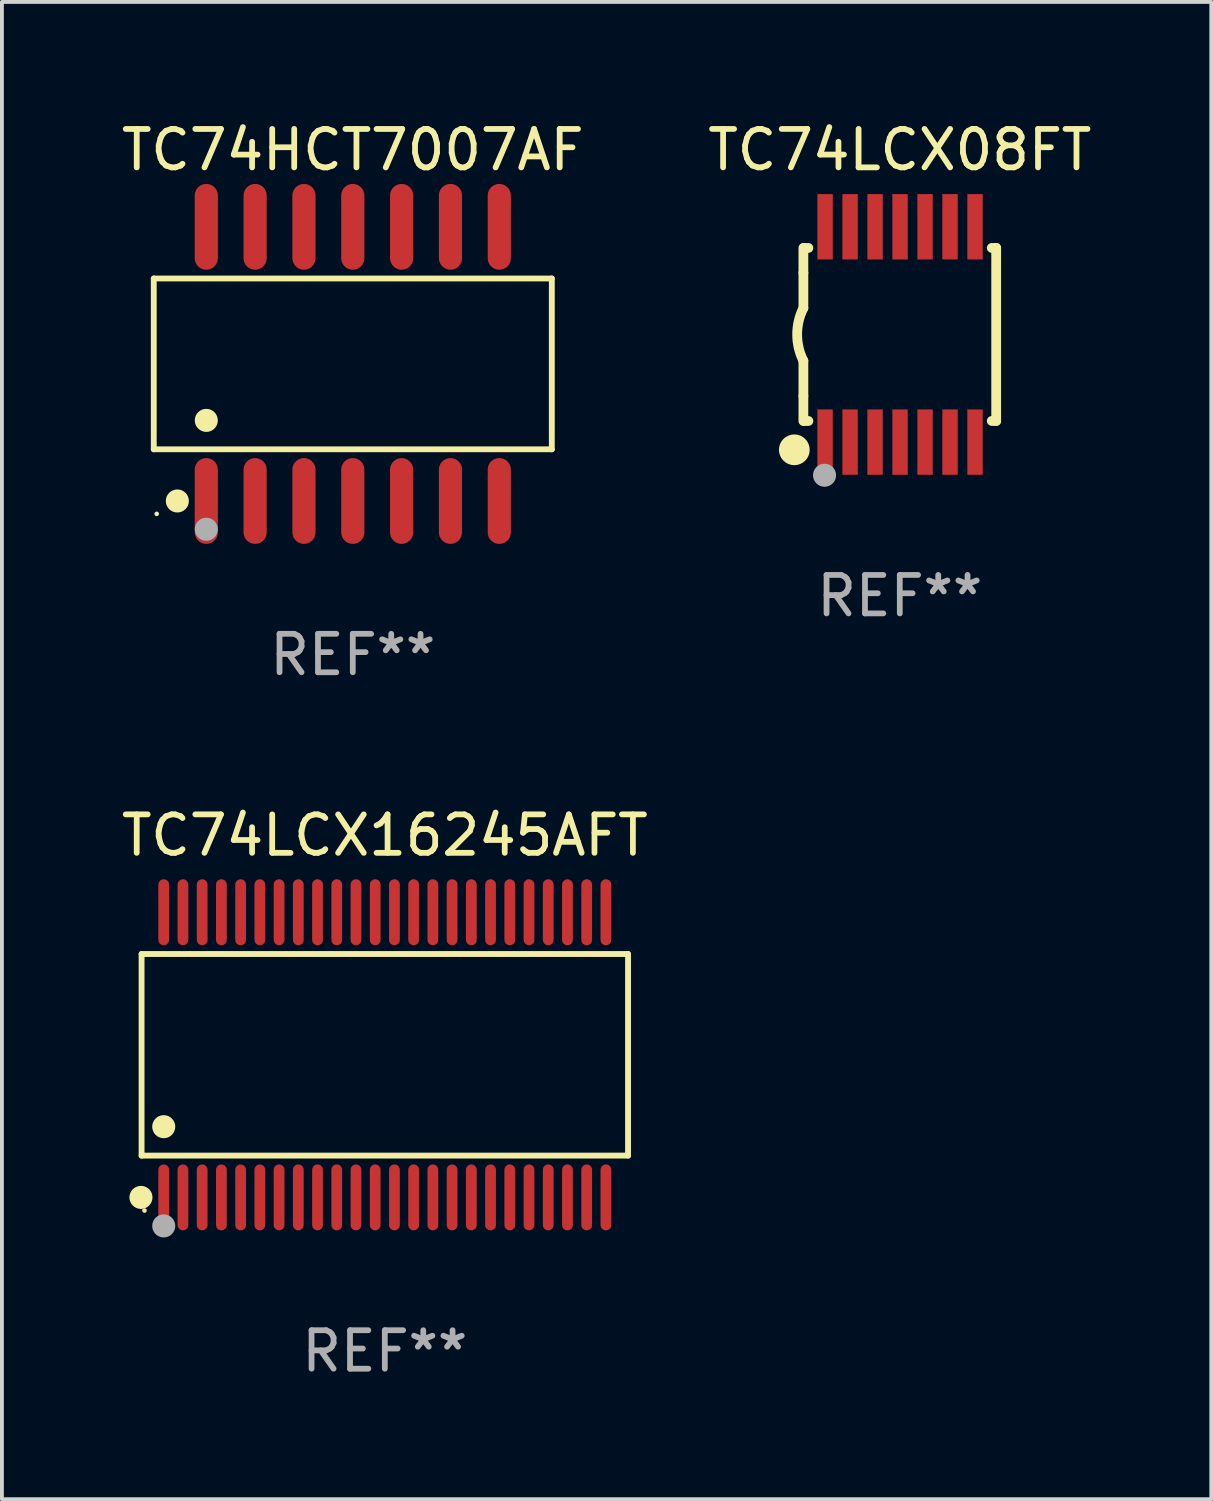
<source format=kicad_pcb>
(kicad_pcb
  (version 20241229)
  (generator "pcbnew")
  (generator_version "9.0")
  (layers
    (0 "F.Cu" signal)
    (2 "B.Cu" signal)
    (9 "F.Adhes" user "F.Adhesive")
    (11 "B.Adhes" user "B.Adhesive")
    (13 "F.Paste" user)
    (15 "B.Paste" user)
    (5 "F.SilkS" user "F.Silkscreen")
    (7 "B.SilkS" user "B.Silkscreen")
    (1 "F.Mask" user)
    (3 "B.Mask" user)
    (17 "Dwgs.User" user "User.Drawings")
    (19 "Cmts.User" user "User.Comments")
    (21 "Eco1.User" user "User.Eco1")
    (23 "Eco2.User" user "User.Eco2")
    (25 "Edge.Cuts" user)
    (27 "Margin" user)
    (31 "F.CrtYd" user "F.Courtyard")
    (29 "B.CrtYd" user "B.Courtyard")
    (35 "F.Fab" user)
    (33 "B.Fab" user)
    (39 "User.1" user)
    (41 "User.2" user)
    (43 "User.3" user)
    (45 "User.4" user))
  (footprint "TC74LCX16245AFT"
    (layer "F.Cu")
    (at 6.958 24.383)
    (property "Reference" "TC74LCX16245AFT" (at 0 -5.708 0) (layer "F.SilkS") (effects (font (size 1 1) (thickness 0.15))))
    (attr through_hole)
    (fp_line (start -6.326 -2.622) (end 6.326 -2.622) (stroke (width 0.152) (type solid)) (layer "F.SilkS"))
    (fp_line (start -6.326 2.621) (end -6.326 -2.622) (stroke (width 0.152) (type solid)) (layer "F.SilkS"))
    (fp_line (start 6.326 -2.622) (end 6.326 2.621) (stroke (width 0.152) (type solid)) (layer "F.SilkS"))
    (fp_line (start 6.326 2.621) (end -6.326 2.621) (stroke (width 0.152) (type solid)) (layer "F.SilkS"))
    (fp_circle (center -6.342 3.708) (end -6.192 3.708) (stroke (width 0.3) (type solid)) (fill no) (layer "F.SilkS"))
    (fp_circle (center -6.25 4.05) (end -6.22 4.05) (stroke (width 0.06) (type solid)) (fill no) (layer "F.SilkS"))
    (fp_circle (center -5.75 1.869) (end -5.6 1.869) (stroke (width 0.3) (type solid)) (fill no) (layer "F.SilkS"))
    (fp_circle (center -5.75 4.45) (end -5.6 4.45) (stroke (width 0.3) (type solid)) (fill no) (layer "F.Fab"))
    (fp_text user "REF**" (at 0 7.708 0) (layer "F.Fab") (effects (font (size 1 1) (thickness 0.15))))
    (pad "1" smd oval (at -5.75 3.708) (size 0.28 1.715) (layers "F.Cu" "F.Mask" "F.Paste"))
    (pad "2" smd oval (at -5.25 3.708) (size 0.28 1.715) (layers "F.Cu" "F.Mask" "F.Paste"))
    (pad "3" smd oval (at -4.75 3.708) (size 0.28 1.715) (layers "F.Cu" "F.Mask" "F.Paste"))
    (pad "4" smd oval (at -4.25 3.708) (size 0.28 1.715) (layers "F.Cu" "F.Mask" "F.Paste"))
    (pad "5" smd oval (at -3.75 3.708) (size 0.28 1.715) (layers "F.Cu" "F.Mask" "F.Paste"))
    (pad "6" smd oval (at -3.25 3.708) (size 0.28 1.715) (layers "F.Cu" "F.Mask" "F.Paste"))
    (pad "7" smd oval (at -2.75 3.708) (size 0.28 1.715) (layers "F.Cu" "F.Mask" "F.Paste"))
    (pad "8" smd oval (at -2.25 3.708) (size 0.28 1.715) (layers "F.Cu" "F.Mask" "F.Paste"))
    (pad "9" smd oval (at -1.75 3.708) (size 0.28 1.715) (layers "F.Cu" "F.Mask" "F.Paste"))
    (pad "10" smd oval (at -1.25 3.708) (size 0.28 1.715) (layers "F.Cu" "F.Mask" "F.Paste"))
    (pad "11" smd oval (at -0.75 3.708) (size 0.28 1.715) (layers "F.Cu" "F.Mask" "F.Paste"))
    (pad "12" smd oval (at -0.25 3.708) (size 0.28 1.715) (layers "F.Cu" "F.Mask" "F.Paste"))
    (pad "13" smd oval (at 0.25 3.708) (size 0.28 1.715) (layers "F.Cu" "F.Mask" "F.Paste"))
    (pad "14" smd oval (at 0.75 3.708) (size 0.28 1.715) (layers "F.Cu" "F.Mask" "F.Paste"))
    (pad "15" smd oval (at 1.25 3.708) (size 0.28 1.715) (layers "F.Cu" "F.Mask" "F.Paste"))
    (pad "16" smd oval (at 1.75 3.708) (size 0.28 1.715) (layers "F.Cu" "F.Mask" "F.Paste"))
    (pad "17" smd oval (at 2.25 3.708) (size 0.28 1.715) (layers "F.Cu" "F.Mask" "F.Paste"))
    (pad "18" smd oval (at 2.75 3.708) (size 0.28 1.715) (layers "F.Cu" "F.Mask" "F.Paste"))
    (pad "19" smd oval (at 3.25 3.708) (size 0.28 1.715) (layers "F.Cu" "F.Mask" "F.Paste"))
    (pad "20" smd oval (at 3.75 3.708) (size 0.28 1.715) (layers "F.Cu" "F.Mask" "F.Paste"))
    (pad "21" smd oval (at 4.25 3.708) (size 0.28 1.715) (layers "F.Cu" "F.Mask" "F.Paste"))
    (pad "22" smd oval (at 4.75 3.708) (size 0.28 1.715) (layers "F.Cu" "F.Mask" "F.Paste"))
    (pad "23" smd oval (at 5.25 3.708) (size 0.28 1.715) (layers "F.Cu" "F.Mask" "F.Paste"))
    (pad "24" smd oval (at 5.75 3.708) (size 0.28 1.715) (layers "F.Cu" "F.Mask" "F.Paste"))
    (pad "25" smd oval (at 5.75 -3.708) (size 0.28 1.715) (layers "F.Cu" "F.Mask" "F.Paste"))
    (pad "26" smd oval (at 5.25 -3.708) (size 0.28 1.715) (layers "F.Cu" "F.Mask" "F.Paste"))
    (pad "27" smd oval (at 4.75 -3.708) (size 0.28 1.715) (layers "F.Cu" "F.Mask" "F.Paste"))
    (pad "28" smd oval (at 4.25 -3.708) (size 0.28 1.715) (layers "F.Cu" "F.Mask" "F.Paste"))
    (pad "29" smd oval (at 3.75 -3.708) (size 0.28 1.715) (layers "F.Cu" "F.Mask" "F.Paste"))
    (pad "30" smd oval (at 3.25 -3.708) (size 0.28 1.715) (layers "F.Cu" "F.Mask" "F.Paste"))
    (pad "31" smd oval (at 2.75 -3.708) (size 0.28 1.715) (layers "F.Cu" "F.Mask" "F.Paste"))
    (pad "32" smd oval (at 2.25 -3.708) (size 0.28 1.715) (layers "F.Cu" "F.Mask" "F.Paste"))
    (pad "33" smd oval (at 1.75 -3.708) (size 0.28 1.715) (layers "F.Cu" "F.Mask" "F.Paste"))
    (pad "34" smd oval (at 1.25 -3.708) (size 0.28 1.715) (layers "F.Cu" "F.Mask" "F.Paste"))
    (pad "35" smd oval (at 0.75 -3.708) (size 0.28 1.715) (layers "F.Cu" "F.Mask" "F.Paste"))
    (pad "36" smd oval (at 0.25 -3.708) (size 0.28 1.715) (layers "F.Cu" "F.Mask" "F.Paste"))
    (pad "37" smd oval (at -0.25 -3.708) (size 0.28 1.715) (layers "F.Cu" "F.Mask" "F.Paste"))
    (pad "38" smd oval (at -0.75 -3.708) (size 0.28 1.715) (layers "F.Cu" "F.Mask" "F.Paste"))
    (pad "39" smd oval (at -1.25 -3.708) (size 0.28 1.715) (layers "F.Cu" "F.Mask" "F.Paste"))
    (pad "40" smd oval (at -1.75 -3.708) (size 0.28 1.715) (layers "F.Cu" "F.Mask" "F.Paste"))
    (pad "41" smd oval (at -2.25 -3.708) (size 0.28 1.715) (layers "F.Cu" "F.Mask" "F.Paste"))
    (pad "42" smd oval (at -2.75 -3.708) (size 0.28 1.715) (layers "F.Cu" "F.Mask" "F.Paste"))
    (pad "43" smd oval (at -3.25 -3.708) (size 0.28 1.715) (layers "F.Cu" "F.Mask" "F.Paste"))
    (pad "44" smd oval (at -3.75 -3.708) (size 0.28 1.715) (layers "F.Cu" "F.Mask" "F.Paste"))
    (pad "45" smd oval (at -4.25 -3.708) (size 0.28 1.715) (layers "F.Cu" "F.Mask" "F.Paste"))
    (pad "46" smd oval (at -4.75 -3.708) (size 0.28 1.715) (layers "F.Cu" "F.Mask" "F.Paste"))
    (pad "47" smd oval (at -5.25 -3.708) (size 0.28 1.715) (layers "F.Cu" "F.Mask" "F.Paste"))
    (pad "48" smd oval (at -5.75 -3.708) (size 0.28 1.715) (layers "F.Cu" "F.Mask" "F.Paste")))
  (footprint "TC74HCT7007AF"
    (layer "F.Cu")
    (at 6.125 6.414)
    (property "Reference" "TC74HCT7007AF" (at 0 -5.565 0) (layer "F.SilkS") (effects (font (size 1 1) (thickness 0.15))))
    (attr through_hole)
    (fp_line (start -5.176 -2.221) (end 5.176 -2.221) (stroke (width 0.152) (type solid)) (layer "F.SilkS"))
    (fp_line (start -5.176 2.221) (end -5.176 -2.221) (stroke (width 0.152) (type solid)) (layer "F.SilkS"))
    (fp_line (start 5.176 -2.221) (end 5.176 2.221) (stroke (width 0.152) (type solid)) (layer "F.SilkS"))
    (fp_line (start 5.176 2.221) (end -5.176 2.221) (stroke (width 0.152) (type solid)) (layer "F.SilkS"))
    (fp_circle (center -5.1 3.9) (end -5.07 3.9) (stroke (width 0.06) (type solid)) (fill no) (layer "F.SilkS"))
    (fp_circle (center -4.563 3.565) (end -4.413 3.565) (stroke (width 0.3) (type solid)) (fill no) (layer "F.SilkS"))
    (fp_circle (center -3.81 1.469) (end -3.66 1.469) (stroke (width 0.3) (type solid)) (fill no) (layer "F.SilkS"))
    (fp_circle (center -3.81 4.3) (end -3.66 4.3) (stroke (width 0.3) (type solid)) (fill no) (layer "F.Fab"))
    (fp_text user "REF**" (at 0 7.565 0) (layer "F.Fab") (effects (font (size 1 1) (thickness 0.15))))
    (pad "1" smd oval (at -3.81 3.565) (size 0.602 2.231) (layers "F.Cu" "F.Mask" "F.Paste"))
    (pad "2" smd oval (at -2.54 3.565) (size 0.602 2.231) (layers "F.Cu" "F.Mask" "F.Paste"))
    (pad "3" smd oval (at -1.27 3.565) (size 0.602 2.231) (layers "F.Cu" "F.Mask" "F.Paste"))
    (pad "4" smd oval (at 0 3.565) (size 0.602 2.231) (layers "F.Cu" "F.Mask" "F.Paste"))
    (pad "5" smd oval (at 1.27 3.565) (size 0.602 2.231) (layers "F.Cu" "F.Mask" "F.Paste"))
    (pad "6" smd oval (at 2.54 3.565) (size 0.602 2.231) (layers "F.Cu" "F.Mask" "F.Paste"))
    (pad "7" smd oval (at 3.81 3.565) (size 0.602 2.231) (layers "F.Cu" "F.Mask" "F.Paste"))
    (pad "8" smd oval (at 3.81 -3.565) (size 0.602 2.231) (layers "F.Cu" "F.Mask" "F.Paste"))
    (pad "9" smd oval (at 2.54 -3.565) (size 0.602 2.231) (layers "F.Cu" "F.Mask" "F.Paste"))
    (pad "10" smd oval (at 1.27 -3.565) (size 0.602 2.231) (layers "F.Cu" "F.Mask" "F.Paste"))
    (pad "11" smd oval (at 0 -3.565) (size 0.602 2.231) (layers "F.Cu" "F.Mask" "F.Paste"))
    (pad "12" smd oval (at -1.27 -3.565) (size 0.602 2.231) (layers "F.Cu" "F.Mask" "F.Paste"))
    (pad "13" smd oval (at -2.54 -3.565) (size 0.602 2.231) (layers "F.Cu" "F.Mask" "F.Paste"))
    (pad "14" smd oval (at -3.81 -3.565) (size 0.602 2.231) (layers "F.Cu" "F.Mask" "F.Paste")))
  (footprint "TC74LCX08FT"
    (layer "F.Cu")
    (at 20.351 5.648)
    (property "Reference" "TC74LCX08FT" (at 0 -4.8 0) (layer "F.SilkS") (effects (font (size 1 1) (thickness 0.15))))
    (attr through_hole)
    (fp_line (start -2.507 -1.6) (end -2.507 -2.25) (stroke (width 0.254) (type solid)) (layer "F.SilkS"))
    (fp_line (start -2.507 -0.686) (end -2.507 -1.6) (stroke (width 0.254) (type solid)) (layer "F.SilkS"))
    (fp_line (start -2.507 1.6) (end -2.507 0.686) (stroke (width 0.254) (type solid)) (layer "F.SilkS"))
    (fp_line (start -2.507 1.6) (end -2.507 2.25) (stroke (width 0.254) (type solid)) (layer "F.SilkS"))
    (fp_line (start -2.493 -2.25) (end -2.377 -2.25) (stroke (width 0.254) (type solid)) (layer "F.SilkS"))
    (fp_line (start -2.377 2.25) (end -2.493 2.25) (stroke (width 0.254) (type solid)) (layer "F.SilkS"))
    (fp_line (start 2.392 -2.25) (end 2.507 -2.25) (stroke (width 0.254) (type solid)) (layer "F.SilkS"))
    (fp_line (start 2.507 -2.25) (end 2.507 2.25) (stroke (width 0.254) (type solid)) (layer "F.SilkS"))
    (fp_line (start 2.507 2.25) (end 2.392 2.25) (stroke (width 0.254) (type solid)) (layer "F.SilkS"))
    (fp_arc (start -2.507303 0.685802) (mid -2.669199 0) (end -2.507303 -0.685801) (stroke (width 0.254001) (type solid)) (layer "F.SilkS"))
    (fp_circle (center -2.743 3) (end -2.543 3) (stroke (width 0.4) (type solid)) (fill no) (layer "F.SilkS"))
    (fp_circle (center -2.493 3.2) (end -2.463 3.2) (stroke (width 0.06) (type solid)) (fill no) (layer "F.SilkS"))
    (fp_circle (center -1.957 3.662) (end -1.807 3.662) (stroke (width 0.3) (type solid)) (fill no) (layer "F.Fab"))
    (fp_text user "REF**" (at 0 6.8 0) (layer "F.Fab") (effects (font (size 1 1) (thickness 0.15))))
    (pad "1" smd rect (at -1.943 2.8) (size 0.4 1.7) (layers "F.Cu" "F.Mask" "F.Paste"))
    (pad "2" smd rect (at -1.293 2.8) (size 0.4 1.7) (layers "F.Cu" "F.Mask" "F.Paste"))
    (pad "3" smd rect (at -0.643 2.8) (size 0.4 1.7) (layers "F.Cu" "F.Mask" "F.Paste"))
    (pad "4" smd rect (at 0.007 2.8) (size 0.4 1.7) (layers "F.Cu" "F.Mask" "F.Paste"))
    (pad "5" smd rect (at 0.657 2.8) (size 0.4 1.7) (layers "F.Cu" "F.Mask" "F.Paste"))
    (pad "6" smd rect (at 1.307 2.8) (size 0.4 1.7) (layers "F.Cu" "F.Mask" "F.Paste"))
    (pad "7" smd rect (at 1.957 2.8) (size 0.4 1.7) (layers "F.Cu" "F.Mask" "F.Paste"))
    (pad "8" smd rect (at 1.957 -2.8) (size 0.4 1.7) (layers "F.Cu" "F.Mask" "F.Paste"))
    (pad "9" smd rect (at 1.307 -2.8) (size 0.4 1.7) (layers "F.Cu" "F.Mask" "F.Paste"))
    (pad "10" smd rect (at 0.657 -2.8) (size 0.4 1.7) (layers "F.Cu" "F.Mask" "F.Paste"))
    (pad "11" smd rect (at 0.007 -2.8) (size 0.4 1.7) (layers "F.Cu" "F.Mask" "F.Paste"))
    (pad "12" smd rect (at -0.643 -2.8) (size 0.4 1.7) (layers "F.Cu" "F.Mask" "F.Paste"))
    (pad "13" smd rect (at -1.293 -2.8) (size 0.4 1.7) (layers "F.Cu" "F.Mask" "F.Paste"))
    (pad "14" smd rect (at -1.943 -2.8) (size 0.4 1.7) (layers "F.Cu" "F.Mask" "F.Paste")))
  (gr_rect
    (start -3 -3)
    (end 28.452 35.939)
    (stroke (width 0.1) (type default))
    (fill no)
    (layer "Edge.Cuts")))
</source>
